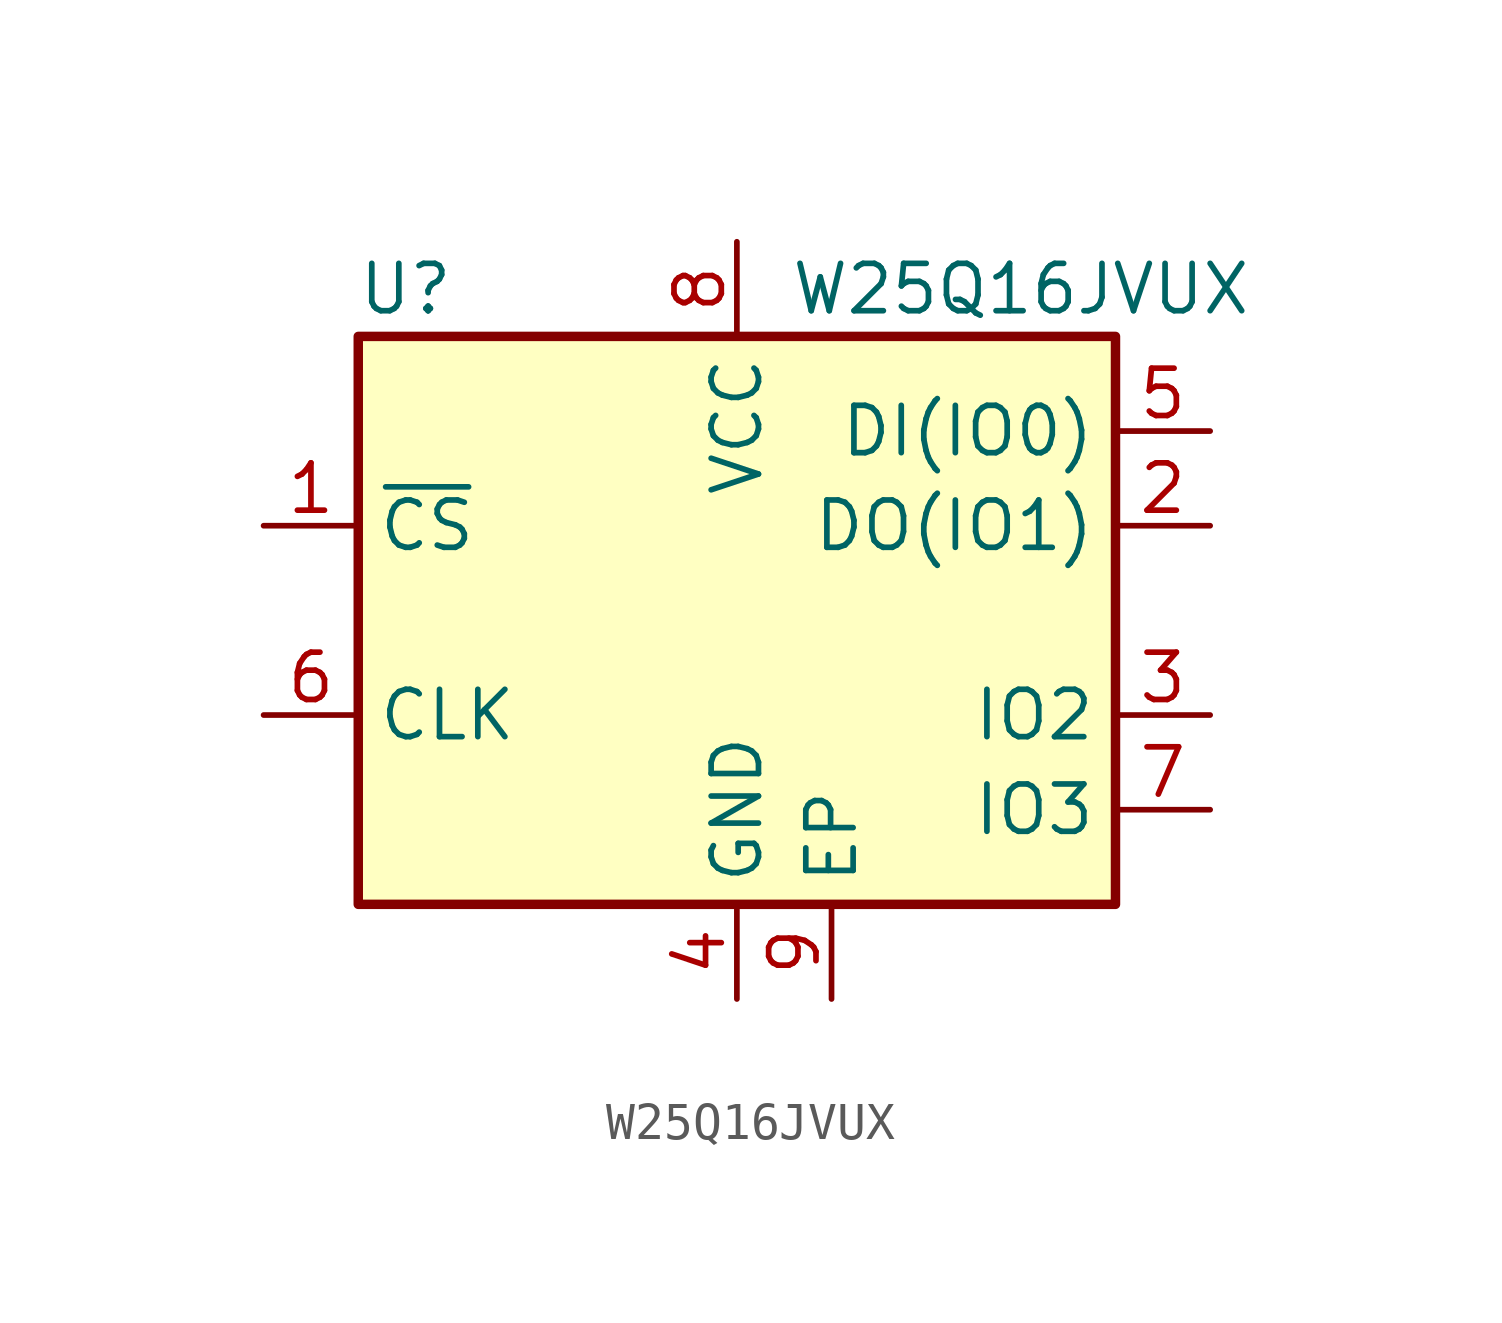
<source format=kicad_sym>
(kicad_symbol_lib
  (version 20211014)
  (generator kicad_symbol_editor)
  (symbol "W25Q16JVUX"
    (property "Reference" "U"
      (at -8.89 8.89 0)
      (effects (font (size 1.27 1.27))))
    (property "Value" "W25Q16JVUX"
      (at 7.62 8.89 0)
      (effects (font (size 1.27 1.27))))
    (symbol "W25Q16JVUX_0_1"
      (rectangle (start -10.16 7.62) (end 10.16 -7.62) (stroke (width 0.254) (type default) (color 0 0 0 0)) (fill (type background))))
    (symbol "W25Q16JVUX_1_1"
      (pin input line (at -12.7 2.54 0) (length 2.54) (name "~{CS}" (effects (font (size 1.27 1.27)))) (number "1" (effects (font (size 1.27 1.27)))))
      (pin bidirectional line (at 12.7 2.54 180) (length 2.54) (name "DO(IO1)" (effects (font (size 1.27 1.27)))) (number "2" (effects (font (size 1.27 1.27)))))
      (pin bidirectional line (at 12.7 -2.54 180) (length 2.54) (name "IO2" (effects (font (size 1.27 1.27)))) (number "3" (effects (font (size 1.27 1.27)))))
      (pin power_in line (at 0 -10.16 90) (length 2.54) (name "GND" (effects (font (size 1.27 1.27)))) (number "4" (effects (font (size 1.27 1.27)))))
      (pin bidirectional line (at 12.7 5.08 180) (length 2.54) (name "DI(IO0)" (effects (font (size 1.27 1.27)))) (number "5" (effects (font (size 1.27 1.27)))))
      (pin input line (at -12.7 -2.54 0) (length 2.54) (name "CLK" (effects (font (size 1.27 1.27)))) (number "6" (effects (font (size 1.27 1.27)))))
      (pin bidirectional line (at 12.7 -5.08 180) (length 2.54) (name "IO3" (effects (font (size 1.27 1.27)))) (number "7" (effects (font (size 1.27 1.27)))))
      (pin power_in line (at 0 10.16 270) (length 2.54) (name "VCC" (effects (font (size 1.27 1.27)))) (number "8" (effects (font (size 1.27 1.27)))))
      (pin passive line (at 2.54 -10.16 90) (length 2.54) (name "EP" (effects (font (size 1.27 1.27)))) (number "9" (effects (font (size 1.27 1.27))))))))
</source>
